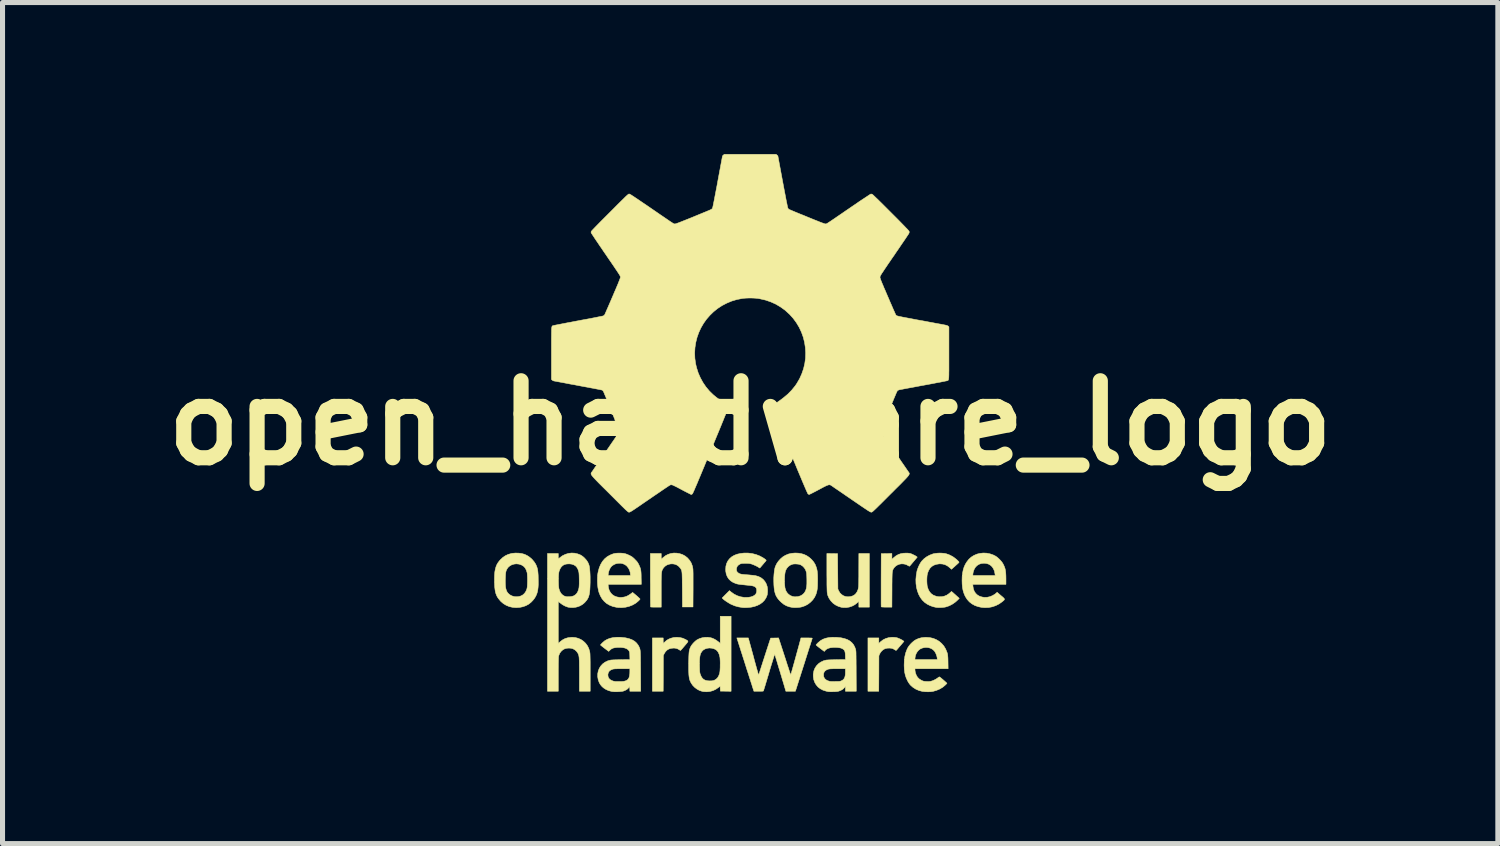
<source format=kicad_pcb>
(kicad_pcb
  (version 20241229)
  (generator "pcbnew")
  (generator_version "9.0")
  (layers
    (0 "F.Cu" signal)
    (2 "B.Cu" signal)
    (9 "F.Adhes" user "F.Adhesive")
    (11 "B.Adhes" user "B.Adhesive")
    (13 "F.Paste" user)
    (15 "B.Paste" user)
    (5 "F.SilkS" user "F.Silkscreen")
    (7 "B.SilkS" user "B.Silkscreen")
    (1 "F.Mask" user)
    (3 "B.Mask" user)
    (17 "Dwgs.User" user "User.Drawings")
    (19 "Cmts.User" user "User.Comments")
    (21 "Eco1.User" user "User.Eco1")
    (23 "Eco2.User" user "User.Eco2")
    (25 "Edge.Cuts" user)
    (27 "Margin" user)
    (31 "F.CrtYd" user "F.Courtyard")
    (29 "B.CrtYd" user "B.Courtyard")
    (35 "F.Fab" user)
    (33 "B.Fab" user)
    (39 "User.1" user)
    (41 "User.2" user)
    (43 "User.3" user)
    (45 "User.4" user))
  (footprint "open_hardware_logo"
    (layer "F.Cu")
    (at 11.8 5.322)
    (property "Reference" "open_hardware_logo" (at 0 0 0) (layer "F.SilkS") (effects (font (size 1.524 1.524) (thickness 0.3))))
    (attr through_hole)
    (fp_poly (pts (xy -1.391 4.248) (xy -1.333 4.262) (xy -1.281 4.286) (xy -1.273 4.29) (xy -1.256 4.3) (xy -1.243 4.308) (xy -1.235 4.316) (xy -1.232 4.323) (xy -1.235 4.333) (xy -1.244 4.347) (xy -1.258 4.365) (xy -1.279 4.39) (xy -1.298 4.412) (xy -1.321 4.439) (xy -1.341 4.463) (xy -1.358 4.482) (xy -1.371 4.496) (xy -1.377 4.503) (xy -1.378 4.503) (xy -1.385 4.502) (xy -1.397 4.495) (xy -1.399 4.493) (xy -1.432 4.474) (xy -1.465 4.462) (xy -1.502 4.457) (xy -1.518 4.457) (xy -1.569 4.462) (xy -1.612 4.476) (xy -1.649 4.499) (xy -1.679 4.531) (xy -1.7 4.565) (xy -1.719 4.603) (xy -1.72 4.957) (xy -1.722 5.311) (xy -1.936 5.311) (xy -1.936 4.256) (xy -1.722 4.256) (xy -1.722 4.364) (xy -1.688 4.334) (xy -1.654 4.304) (xy -1.619 4.283) (xy -1.581 4.266) (xy -1.57 4.262) (xy -1.511 4.247) (xy -1.45 4.243) (xy -1.391 4.248)) (stroke (width 0.01) (type solid)) (fill yes) (layer "F.SilkS"))
    (fp_poly (pts (xy 2.841 4.244) (xy 2.869 4.246) (xy 2.891 4.249) (xy 2.896 4.25) (xy 2.917 4.256) (xy 2.944 4.267) (xy 2.972 4.279) (xy 2.998 4.293) (xy 3.02 4.305) (xy 3.03 4.313) (xy 3.044 4.324) (xy 2.969 4.413) (xy 2.946 4.439) (xy 2.926 4.463) (xy 2.909 4.483) (xy 2.897 4.496) (xy 2.89 4.503) (xy 2.889 4.503) (xy 2.882 4.502) (xy 2.87 4.495) (xy 2.868 4.493) (xy 2.852 4.484) (xy 2.833 4.473) (xy 2.824 4.469) (xy 2.794 4.46) (xy 2.757 4.457) (xy 2.719 4.458) (xy 2.682 4.465) (xy 2.667 4.47) (xy 2.632 4.489) (xy 2.601 4.517) (xy 2.575 4.55) (xy 2.562 4.576) (xy 2.548 4.609) (xy 2.547 4.96) (xy 2.545 5.311) (xy 2.331 5.311) (xy 2.331 4.256) (xy 2.546 4.256) (xy 2.546 4.364) (xy 2.582 4.331) (xy 2.63 4.294) (xy 2.684 4.267) (xy 2.742 4.25) (xy 2.805 4.243) (xy 2.814 4.243) (xy 2.841 4.244)) (stroke (width 0.01) (type solid)) (fill yes) (layer "F.SilkS"))
    (fp_poly (pts (xy 1.624 2.586) (xy 1.73 2.588) (xy 1.733 2.938) (xy 1.736 3.288) (xy 1.753 3.325) (xy 1.778 3.366) (xy 1.811 3.398) (xy 1.848 3.422) (xy 1.891 3.437) (xy 1.937 3.442) (xy 1.985 3.437) (xy 2.024 3.426) (xy 2.062 3.406) (xy 2.093 3.377) (xy 2.118 3.339) (xy 2.136 3.294) (xy 2.145 3.249) (xy 2.146 3.236) (xy 2.147 3.212) (xy 2.148 3.18) (xy 2.149 3.14) (xy 2.149 3.094) (xy 2.15 3.042) (xy 2.15 2.986) (xy 2.15 2.928) (xy 2.15 2.897) (xy 2.151 2.585) (xy 2.359 2.585) (xy 2.359 3.646) (xy 2.151 3.646) (xy 2.151 3.59) (xy 2.15 3.566) (xy 2.15 3.547) (xy 2.149 3.536) (xy 2.148 3.533) (xy 2.143 3.537) (xy 2.133 3.547) (xy 2.118 3.56) (xy 2.114 3.564) (xy 2.071 3.598) (xy 2.02 3.625) (xy 1.965 3.644) (xy 1.907 3.654) (xy 1.849 3.655) (xy 1.804 3.649) (xy 1.745 3.631) (xy 1.69 3.604) (xy 1.64 3.568) (xy 1.598 3.524) (xy 1.563 3.474) (xy 1.551 3.449) (xy 1.545 3.436) (xy 1.54 3.423) (xy 1.535 3.41) (xy 1.531 3.397) (xy 1.528 3.381) (xy 1.525 3.363) (xy 1.523 3.341) (xy 1.522 3.315) (xy 1.521 3.284) (xy 1.52 3.246) (xy 1.519 3.201) (xy 1.519 3.148) (xy 1.519 3.086) (xy 1.518 3.014) (xy 1.518 2.962) (xy 1.518 2.585) (xy 1.624 2.586)) (stroke (width 0.01) (type solid)) (fill yes) (layer "F.SilkS"))
    (fp_poly (pts (xy 3.117 2.577) (xy 3.144 2.58) (xy 3.166 2.584) (xy 3.178 2.587) (xy 3.201 2.596) (xy 3.228 2.609) (xy 3.256 2.622) (xy 3.279 2.636) (xy 3.295 2.646) (xy 3.307 2.656) (xy 3.237 2.74) (xy 3.214 2.767) (xy 3.194 2.791) (xy 3.177 2.811) (xy 3.165 2.825) (xy 3.159 2.832) (xy 3.158 2.832) (xy 3.152 2.836) (xy 3.144 2.834) (xy 3.13 2.825) (xy 3.126 2.823) (xy 3.087 2.803) (xy 3.045 2.792) (xy 3.001 2.789) (xy 2.958 2.795) (xy 2.918 2.81) (xy 2.882 2.832) (xy 2.852 2.862) (xy 2.845 2.871) (xy 2.838 2.882) (xy 2.832 2.892) (xy 2.827 2.902) (xy 2.822 2.913) (xy 2.819 2.926) (xy 2.816 2.941) (xy 2.813 2.96) (xy 2.811 2.983) (xy 2.81 3.012) (xy 2.809 3.047) (xy 2.808 3.09) (xy 2.808 3.141) (xy 2.807 3.2) (xy 2.807 3.27) (xy 2.807 3.301) (xy 2.805 3.646) (xy 2.7 3.646) (xy 2.661 3.646) (xy 2.632 3.645) (xy 2.612 3.644) (xy 2.599 3.642) (xy 2.594 3.64) (xy 2.593 3.639) (xy 2.593 3.633) (xy 2.593 3.616) (xy 2.592 3.589) (xy 2.592 3.553) (xy 2.592 3.51) (xy 2.592 3.459) (xy 2.592 3.401) (xy 2.592 3.338) (xy 2.592 3.27) (xy 2.592 3.198) (xy 2.592 3.122) (xy 2.592 3.11) (xy 2.594 2.588) (xy 2.699 2.586) (xy 2.805 2.585) (xy 2.805 2.699) (xy 2.841 2.667) (xy 2.886 2.631) (xy 2.932 2.605) (xy 2.981 2.588) (xy 3.035 2.579) (xy 3.082 2.577) (xy 3.117 2.577)) (stroke (width 0.01) (type solid)) (fill yes) (layer "F.SilkS"))
    (fp_poly (pts (xy -1.456 2.577) (xy -1.398 2.587) (xy -1.342 2.605) (xy -1.29 2.633) (xy -1.243 2.67) (xy -1.237 2.676) (xy -1.196 2.724) (xy -1.165 2.776) (xy -1.144 2.834) (xy -1.135 2.879) (xy -1.133 2.893) (xy -1.132 2.916) (xy -1.131 2.947) (xy -1.13 2.987) (xy -1.13 3.036) (xy -1.13 3.095) (xy -1.13 3.164) (xy -1.13 3.244) (xy -1.13 3.282) (xy -1.132 3.643) (xy -1.341 3.643) (xy -1.343 3.296) (xy -1.344 3.223) (xy -1.345 3.16) (xy -1.345 3.106) (xy -1.346 3.061) (xy -1.347 3.024) (xy -1.348 2.993) (xy -1.35 2.968) (xy -1.352 2.948) (xy -1.355 2.932) (xy -1.358 2.919) (xy -1.362 2.908) (xy -1.367 2.899) (xy -1.373 2.889) (xy -1.379 2.879) (xy -1.384 2.873) (xy -1.413 2.84) (xy -1.447 2.815) (xy -1.486 2.798) (xy -1.528 2.79) (xy -1.57 2.79) (xy -1.611 2.798) (xy -1.651 2.813) (xy -1.686 2.837) (xy -1.716 2.868) (xy -1.735 2.898) (xy -1.74 2.91) (xy -1.745 2.921) (xy -1.748 2.933) (xy -1.752 2.948) (xy -1.754 2.965) (xy -1.756 2.986) (xy -1.758 3.012) (xy -1.759 3.043) (xy -1.76 3.081) (xy -1.761 3.127) (xy -1.761 3.181) (xy -1.761 3.245) (xy -1.761 3.319) (xy -1.761 3.646) (xy -1.865 3.646) (xy -1.898 3.646) (xy -1.927 3.646) (xy -1.95 3.645) (xy -1.966 3.644) (xy -1.972 3.643) (xy -1.972 3.636) (xy -1.973 3.62) (xy -1.973 3.594) (xy -1.974 3.558) (xy -1.974 3.515) (xy -1.975 3.464) (xy -1.975 3.407) (xy -1.975 3.344) (xy -1.975 3.276) (xy -1.975 3.204) (xy -1.976 3.129) (xy -1.976 3.112) (xy -1.976 2.585) (xy -1.761 2.585) (xy -1.761 2.699) (xy -1.724 2.665) (xy -1.678 2.629) (xy -1.626 2.602) (xy -1.571 2.584) (xy -1.514 2.576) (xy -1.456 2.577)) (stroke (width 0.01) (type solid)) (fill yes) (layer "F.SilkS"))
    (fp_poly (pts (xy 4.681 2.578) (xy 4.747 2.591) (xy 4.811 2.613) (xy 4.858 2.637) (xy 4.887 2.657) (xy 4.918 2.684) (xy 4.949 2.715) (xy 4.977 2.747) (xy 4.998 2.777) (xy 5 2.78) (xy 5.019 2.816) (xy 5.034 2.851) (xy 5.046 2.887) (xy 5.054 2.927) (xy 5.059 2.972) (xy 5.062 3.025) (xy 5.063 3.082) (xy 5.063 3.195) (xy 4.407 3.195) (xy 4.41 3.236) (xy 4.419 3.288) (xy 4.437 3.335) (xy 4.464 3.374) (xy 4.498 3.406) (xy 4.541 3.431) (xy 4.59 3.446) (xy 4.637 3.453) (xy 4.692 3.451) (xy 4.747 3.439) (xy 4.799 3.417) (xy 4.847 3.388) (xy 4.861 3.376) (xy 4.888 3.352) (xy 4.964 3.418) (xy 4.993 3.442) (xy 5.014 3.461) (xy 5.027 3.475) (xy 5.033 3.487) (xy 5.032 3.497) (xy 5.025 3.507) (xy 5.011 3.52) (xy 4.992 3.536) (xy 4.991 3.537) (xy 4.928 3.582) (xy 4.861 3.616) (xy 4.791 3.64) (xy 4.717 3.654) (xy 4.64 3.656) (xy 4.586 3.652) (xy 4.514 3.637) (xy 4.448 3.614) (xy 4.39 3.582) (xy 4.339 3.542) (xy 4.295 3.493) (xy 4.259 3.436) (xy 4.25 3.418) (xy 4.229 3.367) (xy 4.213 3.313) (xy 4.202 3.255) (xy 4.196 3.191) (xy 4.194 3.119) (xy 4.196 3.04) (xy 4.201 2.998) (xy 4.408 2.998) (xy 4.408 3.02) (xy 4.85 3.02) (xy 4.846 2.989) (xy 4.836 2.935) (xy 4.816 2.888) (xy 4.79 2.848) (xy 4.757 2.817) (xy 4.717 2.794) (xy 4.672 2.781) (xy 4.628 2.777) (xy 4.578 2.782) (xy 4.532 2.797) (xy 4.493 2.821) (xy 4.46 2.854) (xy 4.435 2.895) (xy 4.417 2.944) (xy 4.417 2.945) (xy 4.412 2.967) (xy 4.409 2.988) (xy 4.408 2.998) (xy 4.201 2.998) (xy 4.204 2.971) (xy 4.217 2.908) (xy 4.235 2.85) (xy 4.26 2.796) (xy 4.288 2.751) (xy 4.328 2.699) (xy 4.376 2.656) (xy 4.43 2.622) (xy 4.491 2.596) (xy 4.549 2.582) (xy 4.614 2.575) (xy 4.681 2.578)) (stroke (width 0.01) (type solid)) (fill yes) (layer "F.SilkS"))
    (fp_poly (pts (xy 3.802 2.578) (xy 3.844 2.582) (xy 3.879 2.589) (xy 3.948 2.614) (xy 4.011 2.647) (xy 4.068 2.689) (xy 4.101 2.718) (xy 4.119 2.736) (xy 4.129 2.747) (xy 4.134 2.755) (xy 4.133 2.761) (xy 4.131 2.763) (xy 4.125 2.77) (xy 4.111 2.783) (xy 4.093 2.8) (xy 4.07 2.82) (xy 4.054 2.835) (xy 3.985 2.897) (xy 3.95 2.865) (xy 3.905 2.83) (xy 3.858 2.806) (xy 3.809 2.793) (xy 3.755 2.789) (xy 3.739 2.79) (xy 3.684 2.799) (xy 3.635 2.816) (xy 3.594 2.841) (xy 3.56 2.875) (xy 3.533 2.918) (xy 3.512 2.971) (xy 3.507 2.991) (xy 3.502 3.018) (xy 3.499 3.053) (xy 3.497 3.094) (xy 3.497 3.135) (xy 3.499 3.176) (xy 3.502 3.212) (xy 3.506 3.24) (xy 3.507 3.241) (xy 3.525 3.296) (xy 3.55 3.341) (xy 3.581 3.378) (xy 3.62 3.406) (xy 3.631 3.412) (xy 3.684 3.432) (xy 3.737 3.441) (xy 3.791 3.44) (xy 3.843 3.429) (xy 3.893 3.408) (xy 3.938 3.377) (xy 3.95 3.366) (xy 3.966 3.352) (xy 3.978 3.341) (xy 3.984 3.336) (xy 3.985 3.336) (xy 3.99 3.34) (xy 4.002 3.349) (xy 4.018 3.363) (xy 4.033 3.377) (xy 4.056 3.397) (xy 4.08 3.419) (xy 4.1 3.437) (xy 4.109 3.445) (xy 4.139 3.472) (xy 4.106 3.506) (xy 4.055 3.551) (xy 3.999 3.589) (xy 3.939 3.62) (xy 3.878 3.641) (xy 3.871 3.643) (xy 3.837 3.649) (xy 3.797 3.653) (xy 3.754 3.655) (xy 3.714 3.654) (xy 3.686 3.652) (xy 3.623 3.638) (xy 3.561 3.616) (xy 3.502 3.586) (xy 3.452 3.551) (xy 3.406 3.506) (xy 3.367 3.453) (xy 3.335 3.393) (xy 3.31 3.326) (xy 3.292 3.255) (xy 3.282 3.179) (xy 3.28 3.099) (xy 3.287 3.018) (xy 3.301 2.935) (xy 3.302 2.929) (xy 3.315 2.889) (xy 3.333 2.844) (xy 3.354 2.8) (xy 3.378 2.76) (xy 3.398 2.733) (xy 3.441 2.689) (xy 3.493 2.65) (xy 3.551 2.618) (xy 3.613 2.594) (xy 3.627 2.59) (xy 3.665 2.583) (xy 3.708 2.578) (xy 3.755 2.576) (xy 3.802 2.578)) (stroke (width 0.01) (type solid)) (fill yes) (layer "F.SilkS"))
    (fp_poly (pts (xy -0.378 5.312) (xy -0.484 5.31) (xy -0.59 5.309) (xy -0.593 5.259) (xy -0.595 5.21) (xy -0.627 5.235) (xy -0.68 5.272) (xy -0.737 5.299) (xy -0.799 5.316) (xy -0.861 5.322) (xy -0.925 5.318) (xy -0.947 5.314) (xy -1.001 5.297) (xy -1.051 5.27) (xy -1.098 5.235) (xy -1.138 5.194) (xy -1.17 5.147) (xy -1.194 5.096) (xy -1.198 5.082) (xy -1.205 5.055) (xy -1.21 5.023) (xy -1.214 4.985) (xy -1.216 4.939) (xy -1.218 4.886) (xy -1.218 4.822) (xy -1.218 4.758) (xy -1.004 4.758) (xy -1.003 4.81) (xy -1.002 4.853) (xy -1.001 4.886) (xy -1 4.912) (xy -0.998 4.933) (xy -0.995 4.949) (xy -0.992 4.963) (xy -0.989 4.971) (xy -0.971 5.016) (xy -0.948 5.052) (xy -0.92 5.078) (xy -0.885 5.095) (xy -0.843 5.104) (xy -0.794 5.107) (xy -0.79 5.106) (xy -0.759 5.105) (xy -0.734 5.101) (xy -0.714 5.094) (xy -0.707 5.092) (xy -0.674 5.072) (xy -0.646 5.045) (xy -0.624 5.008) (xy -0.607 4.963) (xy -0.605 4.959) (xy -0.602 4.94) (xy -0.598 4.912) (xy -0.596 4.877) (xy -0.594 4.837) (xy -0.594 4.796) (xy -0.593 4.754) (xy -0.594 4.714) (xy -0.596 4.678) (xy -0.598 4.649) (xy -0.6 4.635) (xy -0.613 4.584) (xy -0.631 4.542) (xy -0.654 4.51) (xy -0.683 4.486) (xy -0.72 4.469) (xy -0.761 4.459) (xy -0.808 4.455) (xy -0.854 4.461) (xy -0.895 4.475) (xy -0.93 4.496) (xy -0.948 4.514) (xy -0.964 4.535) (xy -0.978 4.559) (xy -0.988 4.586) (xy -0.995 4.618) (xy -1 4.657) (xy -1.003 4.703) (xy -1.004 4.758) (xy -1.218 4.758) (xy -1.218 4.749) (xy -1.218 4.737) (xy -1.216 4.677) (xy -1.215 4.628) (xy -1.213 4.587) (xy -1.211 4.553) (xy -1.208 4.525) (xy -1.203 4.501) (xy -1.198 4.48) (xy -1.191 4.46) (xy -1.183 4.441) (xy -1.179 4.433) (xy -1.163 4.405) (xy -1.14 4.375) (xy -1.112 4.344) (xy -1.083 4.317) (xy -1.055 4.295) (xy -1.054 4.295) (xy -1.006 4.27) (xy -0.952 4.253) (xy -0.896 4.244) (xy -0.839 4.243) (xy -0.784 4.251) (xy -0.75 4.261) (xy -0.712 4.278) (xy -0.672 4.301) (xy -0.635 4.328) (xy -0.621 4.339) (xy -0.593 4.364) (xy -0.593 3.827) (xy -0.378 3.827) (xy -0.378 5.312)) (stroke (width 0.01) (type solid)) (fill yes) (layer "F.SilkS"))
    (fp_poly (pts (xy -2.588 2.577) (xy -2.543 2.578) (xy -2.506 2.582) (xy -2.472 2.589) (xy -2.437 2.601) (xy -2.399 2.618) (xy -2.388 2.623) (xy -2.362 2.637) (xy -2.341 2.649) (xy -2.321 2.665) (xy -2.299 2.684) (xy -2.283 2.701) (xy -2.259 2.725) (xy -2.241 2.745) (xy -2.227 2.765) (xy -2.214 2.787) (xy -2.205 2.805) (xy -2.192 2.833) (xy -2.182 2.857) (xy -2.174 2.879) (xy -2.168 2.902) (xy -2.164 2.927) (xy -2.161 2.956) (xy -2.159 2.991) (xy -2.158 3.035) (xy -2.158 3.061) (xy -2.155 3.195) (xy -2.811 3.195) (xy -2.811 3.214) (xy -2.807 3.25) (xy -2.798 3.29) (xy -2.784 3.327) (xy -2.758 3.368) (xy -2.725 3.402) (xy -2.685 3.427) (xy -2.639 3.444) (xy -2.588 3.453) (xy -2.546 3.453) (xy -2.497 3.447) (xy -2.454 3.435) (xy -2.413 3.415) (xy -2.371 3.388) (xy -2.363 3.382) (xy -2.327 3.355) (xy -2.254 3.416) (xy -2.23 3.437) (xy -2.209 3.456) (xy -2.193 3.471) (xy -2.183 3.482) (xy -2.18 3.485) (xy -2.183 3.493) (xy -2.194 3.505) (xy -2.209 3.521) (xy -2.229 3.538) (xy -2.25 3.556) (xy -2.271 3.571) (xy -2.277 3.575) (xy -2.335 3.607) (xy -2.4 3.632) (xy -2.469 3.648) (xy -2.541 3.656) (xy -2.612 3.654) (xy -2.648 3.649) (xy -2.719 3.633) (xy -2.784 3.607) (xy -2.841 3.574) (xy -2.89 3.531) (xy -2.932 3.481) (xy -2.966 3.422) (xy -2.993 3.355) (xy -3.002 3.322) (xy -3.014 3.263) (xy -3.021 3.197) (xy -3.024 3.128) (xy -3.023 3.059) (xy -3.019 3.006) (xy -2.811 3.006) (xy -2.811 3.02) (xy -2.371 3.02) (xy -2.371 2.998) (xy -2.376 2.955) (xy -2.39 2.911) (xy -2.413 2.869) (xy -2.442 2.834) (xy -2.448 2.827) (xy -2.484 2.802) (xy -2.525 2.785) (xy -2.569 2.777) (xy -2.614 2.778) (xy -2.658 2.787) (xy -2.699 2.805) (xy -2.736 2.83) (xy -2.751 2.845) (xy -2.772 2.875) (xy -2.79 2.912) (xy -2.803 2.952) (xy -2.81 2.992) (xy -2.811 3.006) (xy -3.019 3.006) (xy -3.018 2.994) (xy -3.009 2.944) (xy -2.988 2.868) (xy -2.96 2.801) (xy -2.925 2.742) (xy -2.882 2.691) (xy -2.832 2.649) (xy -2.78 2.619) (xy -2.742 2.602) (xy -2.708 2.59) (xy -2.674 2.582) (xy -2.637 2.578) (xy -2.592 2.577) (xy -2.588 2.577)) (stroke (width 0.01) (type solid)) (fill yes) (layer "F.SilkS"))
    (fp_poly (pts (xy 0.955 2.578) (xy 1.021 2.59) (xy 1.065 2.603) (xy 1.119 2.628) (xy 1.169 2.662) (xy 1.215 2.703) (xy 1.255 2.75) (xy 1.286 2.8) (xy 1.306 2.85) (xy 1.315 2.879) (xy 1.322 2.907) (xy 1.327 2.935) (xy 1.33 2.965) (xy 1.333 2.999) (xy 1.334 3.04) (xy 1.335 3.089) (xy 1.335 3.116) (xy 1.334 3.175) (xy 1.333 3.225) (xy 1.33 3.267) (xy 1.325 3.303) (xy 1.319 3.335) (xy 1.311 3.365) (xy 1.301 3.395) (xy 1.301 3.395) (xy 1.275 3.45) (xy 1.239 3.502) (xy 1.194 3.548) (xy 1.144 3.587) (xy 1.088 3.618) (xy 1.029 3.639) (xy 1.023 3.641) (xy 0.989 3.648) (xy 0.948 3.653) (xy 0.906 3.655) (xy 0.866 3.655) (xy 0.835 3.652) (xy 0.774 3.64) (xy 0.719 3.62) (xy 0.669 3.593) (xy 0.621 3.555) (xy 0.592 3.528) (xy 0.559 3.492) (xy 0.532 3.455) (xy 0.51 3.416) (xy 0.494 3.373) (xy 0.482 3.325) (xy 0.474 3.27) (xy 0.469 3.206) (xy 0.469 3.203) (xy 0.467 3.135) (xy 0.679 3.135) (xy 0.681 3.184) (xy 0.685 3.229) (xy 0.689 3.265) (xy 0.703 3.313) (xy 0.725 3.354) (xy 0.755 3.388) (xy 0.791 3.415) (xy 0.833 3.433) (xy 0.879 3.442) (xy 0.928 3.44) (xy 0.949 3.437) (xy 0.997 3.422) (xy 1.037 3.398) (xy 1.069 3.367) (xy 1.094 3.327) (xy 1.111 3.278) (xy 1.118 3.237) (xy 1.12 3.213) (xy 1.122 3.182) (xy 1.122 3.145) (xy 1.122 3.106) (xy 1.121 3.066) (xy 1.12 3.029) (xy 1.118 2.996) (xy 1.115 2.97) (xy 1.112 2.953) (xy 1.096 2.908) (xy 1.072 2.869) (xy 1.041 2.836) (xy 1.005 2.812) (xy 0.99 2.805) (xy 0.962 2.797) (xy 0.928 2.793) (xy 0.891 2.791) (xy 0.857 2.793) (xy 0.833 2.798) (xy 0.789 2.817) (xy 0.752 2.845) (xy 0.722 2.881) (xy 0.7 2.924) (xy 0.699 2.928) (xy 0.692 2.956) (xy 0.686 2.994) (xy 0.682 3.037) (xy 0.68 3.085) (xy 0.679 3.135) (xy 0.467 3.135) (xy 0.467 3.132) (xy 0.467 3.065) (xy 0.471 3.001) (xy 0.477 2.942) (xy 0.485 2.891) (xy 0.496 2.849) (xy 0.499 2.841) (xy 0.523 2.79) (xy 0.556 2.74) (xy 0.597 2.694) (xy 0.644 2.653) (xy 0.696 2.621) (xy 0.701 2.619) (xy 0.758 2.595) (xy 0.821 2.581) (xy 0.888 2.575) (xy 0.955 2.578)) (stroke (width 0.01) (type solid)) (fill yes) (layer "F.SilkS"))
    (fp_poly (pts (xy -4.586 2.577) (xy -4.523 2.585) (xy -4.466 2.601) (xy -4.463 2.602) (xy -4.412 2.627) (xy -4.363 2.66) (xy -4.317 2.701) (xy -4.278 2.747) (xy -4.246 2.796) (xy -4.228 2.836) (xy -4.219 2.862) (xy -4.212 2.887) (xy -4.207 2.912) (xy -4.203 2.941) (xy -4.2 2.974) (xy -4.197 3.014) (xy -4.196 3.063) (xy -4.196 3.074) (xy -4.195 3.142) (xy -4.195 3.201) (xy -4.198 3.252) (xy -4.203 3.296) (xy -4.21 3.335) (xy -4.22 3.371) (xy -4.233 3.405) (xy -4.245 3.43) (xy -4.269 3.471) (xy -4.302 3.513) (xy -4.34 3.552) (xy -4.381 3.584) (xy -4.389 3.59) (xy -4.442 3.618) (xy -4.502 3.639) (xy -4.566 3.652) (xy -4.633 3.656) (xy -4.699 3.651) (xy -4.699 3.651) (xy -4.766 3.636) (xy -4.828 3.611) (xy -4.886 3.576) (xy -4.937 3.532) (xy -4.981 3.48) (xy -4.981 3.48) (xy -5.003 3.448) (xy -5.02 3.415) (xy -5.033 3.381) (xy -5.044 3.343) (xy -5.051 3.3) (xy -5.057 3.25) (xy -5.06 3.191) (xy -5.061 3.155) (xy -5.061 3.15) (xy -4.848 3.15) (xy -4.846 3.202) (xy -4.843 3.246) (xy -4.836 3.282) (xy -4.827 3.313) (xy -4.815 3.34) (xy -4.799 3.363) (xy -4.79 3.374) (xy -4.756 3.403) (xy -4.716 3.424) (xy -4.672 3.437) (xy -4.625 3.441) (xy -4.577 3.436) (xy -4.542 3.426) (xy -4.503 3.406) (xy -4.469 3.376) (xy -4.443 3.339) (xy -4.423 3.295) (xy -4.417 3.27) (xy -4.413 3.247) (xy -4.411 3.216) (xy -4.409 3.178) (xy -4.408 3.137) (xy -4.408 3.094) (xy -4.409 3.053) (xy -4.411 3.016) (xy -4.413 2.985) (xy -4.416 2.963) (xy -4.432 2.913) (xy -4.454 2.871) (xy -4.484 2.838) (xy -4.522 2.814) (xy -4.568 2.797) (xy -4.582 2.794) (xy -4.63 2.789) (xy -4.677 2.795) (xy -4.721 2.809) (xy -4.76 2.831) (xy -4.793 2.86) (xy -4.812 2.888) (xy -4.822 2.906) (xy -4.83 2.925) (xy -4.836 2.946) (xy -4.84 2.97) (xy -4.843 3.001) (xy -4.845 3.039) (xy -4.847 3.086) (xy -4.847 3.088) (xy -4.848 3.15) (xy -5.061 3.15) (xy -5.062 3.077) (xy -5.06 3.008) (xy -5.055 2.948) (xy -5.045 2.895) (xy -5.032 2.848) (xy -5.015 2.806) (xy -4.993 2.768) (xy -4.966 2.732) (xy -4.946 2.709) (xy -4.898 2.664) (xy -4.847 2.629) (xy -4.792 2.603) (xy -4.732 2.586) (xy -4.716 2.582) (xy -4.651 2.576) (xy -4.586 2.577)) (stroke (width 0.01) (type solid)) (fill yes) (layer "F.SilkS"))
    (fp_poly (pts (xy 3.554 4.249) (xy 3.621 4.264) (xy 3.683 4.289) (xy 3.74 4.323) (xy 3.79 4.366) (xy 3.834 4.417) (xy 3.869 4.475) (xy 3.896 4.541) (xy 3.901 4.555) (xy 3.905 4.57) (xy 3.908 4.585) (xy 3.91 4.603) (xy 3.912 4.624) (xy 3.914 4.65) (xy 3.915 4.684) (xy 3.916 4.728) (xy 3.916 4.731) (xy 3.918 4.866) (xy 3.262 4.866) (xy 3.262 4.89) (xy 3.264 4.909) (xy 3.268 4.933) (xy 3.271 4.947) (xy 3.289 4.996) (xy 3.314 5.036) (xy 3.349 5.07) (xy 3.392 5.096) (xy 3.396 5.098) (xy 3.417 5.107) (xy 3.436 5.113) (xy 3.458 5.116) (xy 3.486 5.118) (xy 3.488 5.118) (xy 3.517 5.119) (xy 3.546 5.118) (xy 3.569 5.115) (xy 3.574 5.114) (xy 3.609 5.104) (xy 3.647 5.087) (xy 3.684 5.067) (xy 3.713 5.047) (xy 3.732 5.033) (xy 3.745 5.027) (xy 3.75 5.028) (xy 3.758 5.034) (xy 3.772 5.045) (xy 3.791 5.061) (xy 3.812 5.078) (xy 3.833 5.097) (xy 3.854 5.115) (xy 3.872 5.132) (xy 3.886 5.144) (xy 3.894 5.152) (xy 3.895 5.153) (xy 3.891 5.159) (xy 3.88 5.171) (xy 3.865 5.186) (xy 3.847 5.202) (xy 3.829 5.217) (xy 3.812 5.231) (xy 3.804 5.236) (xy 3.749 5.268) (xy 3.688 5.294) (xy 3.625 5.312) (xy 3.601 5.317) (xy 3.564 5.321) (xy 3.521 5.322) (xy 3.476 5.321) (xy 3.433 5.317) (xy 3.408 5.314) (xy 3.342 5.297) (xy 3.281 5.271) (xy 3.225 5.236) (xy 3.177 5.194) (xy 3.167 5.183) (xy 3.149 5.16) (xy 3.129 5.13) (xy 3.111 5.097) (xy 3.11 5.094) (xy 3.087 5.043) (xy 3.07 4.991) (xy 3.058 4.936) (xy 3.051 4.876) (xy 3.048 4.808) (xy 3.048 4.785) (xy 3.051 4.701) (xy 3.056 4.663) (xy 3.262 4.663) (xy 3.262 4.685) (xy 3.703 4.685) (xy 3.703 4.669) (xy 3.699 4.634) (xy 3.688 4.596) (xy 3.672 4.557) (xy 3.652 4.523) (xy 3.646 4.515) (xy 3.616 4.486) (xy 3.58 4.464) (xy 3.539 4.45) (xy 3.495 4.444) (xy 3.451 4.446) (xy 3.408 4.456) (xy 3.368 4.473) (xy 3.337 4.496) (xy 3.309 4.527) (xy 3.286 4.566) (xy 3.27 4.609) (xy 3.263 4.652) (xy 3.262 4.663) (xy 3.056 4.663) (xy 3.061 4.625) (xy 3.077 4.556) (xy 3.101 4.491) (xy 3.117 4.456) (xy 3.141 4.418) (xy 3.172 4.38) (xy 3.208 4.344) (xy 3.245 4.313) (xy 3.282 4.29) (xy 3.285 4.288) (xy 3.337 4.266) (xy 3.39 4.252) (xy 3.447 4.245) (xy 3.483 4.244) (xy 3.554 4.249)) (stroke (width 0.01) (type solid)) (fill yes) (layer "F.SilkS"))
    (fp_poly (pts (xy -2.568 4.243) (xy -2.543 4.245) (xy -2.466 4.254) (xy -2.398 4.27) (xy -2.339 4.292) (xy -2.289 4.321) (xy -2.249 4.357) (xy -2.217 4.399) (xy -2.205 4.422) (xy -2.198 4.435) (xy -2.193 4.447) (xy -2.188 4.458) (xy -2.184 4.471) (xy -2.181 4.484) (xy -2.178 4.5) (xy -2.176 4.519) (xy -2.174 4.542) (xy -2.173 4.57) (xy -2.172 4.604) (xy -2.171 4.645) (xy -2.171 4.693) (xy -2.17 4.749) (xy -2.17 4.815) (xy -2.169 4.891) (xy -2.169 4.915) (xy -2.167 5.311) (xy -2.382 5.311) (xy -2.383 5.262) (xy -2.385 5.214) (xy -2.401 5.237) (xy -2.427 5.265) (xy -2.462 5.288) (xy -2.504 5.306) (xy -2.506 5.307) (xy -2.532 5.313) (xy -2.566 5.317) (xy -2.606 5.32) (xy -2.647 5.321) (xy -2.686 5.321) (xy -2.721 5.318) (xy -2.743 5.315) (xy -2.805 5.298) (xy -2.858 5.274) (xy -2.904 5.244) (xy -2.935 5.216) (xy -2.966 5.179) (xy -2.988 5.14) (xy -3.005 5.095) (xy -3.009 5.082) (xy -3.019 5.022) (xy -3.018 4.989) (xy -2.817 4.989) (xy -2.812 5.025) (xy -2.798 5.055) (xy -2.774 5.08) (xy -2.74 5.099) (xy -2.722 5.106) (xy -2.705 5.112) (xy -2.688 5.115) (xy -2.669 5.118) (xy -2.645 5.119) (xy -2.613 5.119) (xy -2.604 5.119) (xy -2.572 5.119) (xy -2.541 5.118) (xy -2.515 5.116) (xy -2.496 5.114) (xy -2.494 5.113) (xy -2.46 5.103) (xy -2.434 5.089) (xy -2.413 5.068) (xy -2.398 5.041) (xy -2.389 5.005) (xy -2.383 4.961) (xy -2.382 4.915) (xy -2.382 4.866) (xy -2.536 4.866) (xy -2.585 4.866) (xy -2.624 4.866) (xy -2.655 4.867) (xy -2.679 4.868) (xy -2.697 4.87) (xy -2.711 4.872) (xy -2.721 4.874) (xy -2.759 4.89) (xy -2.788 4.911) (xy -2.806 4.938) (xy -2.816 4.972) (xy -2.817 4.989) (xy -3.018 4.989) (xy -3.018 4.964) (xy -3.007 4.909) (xy -2.987 4.858) (xy -2.958 4.812) (xy -2.921 4.771) (xy -2.875 4.737) (xy -2.823 4.711) (xy -2.782 4.699) (xy -2.769 4.696) (xy -2.752 4.693) (xy -2.731 4.692) (xy -2.704 4.69) (xy -2.669 4.689) (xy -2.626 4.688) (xy -2.573 4.687) (xy -2.563 4.686) (xy -2.381 4.684) (xy -2.383 4.609) (xy -2.384 4.578) (xy -2.385 4.556) (xy -2.387 4.54) (xy -2.391 4.528) (xy -2.396 4.517) (xy -2.4 4.509) (xy -2.421 4.485) (xy -2.452 4.466) (xy -2.491 4.453) (xy -2.54 4.445) (xy -2.598 4.443) (xy -2.625 4.444) (xy -2.668 4.448) (xy -2.702 4.454) (xy -2.73 4.464) (xy -2.754 4.478) (xy -2.773 4.495) (xy -2.801 4.522) (xy -2.882 4.461) (xy -2.908 4.441) (xy -2.931 4.423) (xy -2.948 4.409) (xy -2.96 4.399) (xy -2.963 4.394) (xy -2.959 4.388) (xy -2.949 4.377) (xy -2.934 4.361) (xy -2.922 4.349) (xy -2.879 4.312) (xy -2.83 4.284) (xy -2.775 4.263) (xy -2.714 4.249) (xy -2.645 4.243) (xy -2.568 4.243)) (stroke (width 0.01) (type solid)) (fill yes) (layer "F.SilkS"))
    (fp_poly (pts (xy -0.041 2.576) (xy 0.04 2.586) (xy 0.118 2.606) (xy 0.192 2.635) (xy 0.26 2.673) (xy 0.281 2.687) (xy 0.3 2.702) (xy 0.311 2.711) (xy 0.316 2.718) (xy 0.316 2.724) (xy 0.314 2.726) (xy 0.309 2.733) (xy 0.297 2.748) (xy 0.28 2.767) (xy 0.261 2.79) (xy 0.249 2.804) (xy 0.19 2.873) (xy 0.173 2.862) (xy 0.144 2.844) (xy 0.109 2.826) (xy 0.072 2.81) (xy 0.037 2.796) (xy 0.028 2.793) (xy 0.008 2.788) (xy -0.01 2.784) (xy -0.03 2.781) (xy -0.056 2.78) (xy -0.089 2.78) (xy -0.093 2.78) (xy -0.125 2.78) (xy -0.149 2.781) (xy -0.166 2.782) (xy -0.179 2.785) (xy -0.191 2.789) (xy -0.204 2.795) (xy -0.235 2.815) (xy -0.257 2.84) (xy -0.269 2.871) (xy -0.27 2.875) (xy -0.272 2.909) (xy -0.265 2.938) (xy -0.247 2.961) (xy -0.219 2.98) (xy -0.204 2.986) (xy -0.189 2.991) (xy -0.17 2.995) (xy -0.144 2.998) (xy -0.111 3.002) (xy -0.069 3.005) (xy -0.057 3.006) (xy -0.018 3.009) (xy 0.02 3.013) (xy 0.055 3.016) (xy 0.083 3.02) (xy 0.104 3.023) (xy 0.104 3.023) (xy 0.162 3.039) (xy 0.213 3.064) (xy 0.256 3.097) (xy 0.291 3.138) (xy 0.319 3.187) (xy 0.336 3.237) (xy 0.341 3.267) (xy 0.344 3.303) (xy 0.344 3.34) (xy 0.341 3.376) (xy 0.337 3.405) (xy 0.335 3.41) (xy 0.314 3.461) (xy 0.284 3.508) (xy 0.244 3.55) (xy 0.196 3.585) (xy 0.141 3.613) (xy 0.08 3.634) (xy 0.079 3.634) (xy 0.025 3.646) (xy -0.032 3.653) (xy -0.088 3.656) (xy -0.138 3.655) (xy -0.15 3.654) (xy -0.232 3.641) (xy -0.307 3.62) (xy -0.377 3.59) (xy -0.384 3.587) (xy -0.411 3.572) (xy -0.44 3.554) (xy -0.471 3.534) (xy -0.499 3.515) (xy -0.523 3.496) (xy -0.54 3.481) (xy -0.542 3.479) (xy -0.555 3.465) (xy -0.483 3.392) (xy -0.41 3.319) (xy -0.38 3.345) (xy -0.322 3.387) (xy -0.26 3.419) (xy -0.193 3.441) (xy -0.122 3.453) (xy -0.077 3.454) (xy -0.028 3.451) (xy 0.017 3.443) (xy 0.056 3.429) (xy 0.088 3.41) (xy 0.11 3.388) (xy 0.112 3.385) (xy 0.123 3.361) (xy 0.129 3.332) (xy 0.129 3.303) (xy 0.123 3.278) (xy 0.119 3.269) (xy 0.111 3.258) (xy 0.101 3.248) (xy 0.09 3.24) (xy 0.074 3.233) (xy 0.054 3.227) (xy 0.029 3.222) (xy -0.005 3.217) (xy -0.046 3.213) (xy -0.098 3.208) (xy -0.112 3.206) (xy -0.157 3.202) (xy -0.193 3.198) (xy -0.221 3.194) (xy -0.243 3.19) (xy -0.263 3.186) (xy -0.281 3.18) (xy -0.285 3.179) (xy -0.341 3.155) (xy -0.388 3.124) (xy -0.426 3.086) (xy -0.454 3.042) (xy -0.474 2.991) (xy -0.484 2.934) (xy -0.485 2.898) (xy -0.481 2.837) (xy -0.466 2.781) (xy -0.442 2.732) (xy -0.409 2.689) (xy -0.368 2.652) (xy -0.318 2.622) (xy -0.26 2.599) (xy -0.194 2.584) (xy -0.124 2.576) (xy -0.041 2.576)) (stroke (width 0.01) (type solid)) (fill yes) (layer "F.SilkS"))
    (fp_poly (pts (xy 0.68 4.618) (xy 0.7 4.68) (xy 0.719 4.738) (xy 0.736 4.793) (xy 0.753 4.842) (xy 0.767 4.886) (xy 0.779 4.922) (xy 0.789 4.952) (xy 0.796 4.972) (xy 0.8 4.984) (xy 0.801 4.986) (xy 0.803 4.981) (xy 0.808 4.967) (xy 0.816 4.943) (xy 0.826 4.908) (xy 0.839 4.862) (xy 0.854 4.807) (xy 0.873 4.74) (xy 0.894 4.664) (xy 0.918 4.576) (xy 0.945 4.478) (xy 0.975 4.369) (xy 1 4.274) (xy 1.005 4.256) (xy 1.118 4.256) (xy 1.159 4.256) (xy 1.188 4.257) (xy 1.209 4.257) (xy 1.222 4.259) (xy 1.228 4.261) (xy 1.229 4.263) (xy 1.227 4.269) (xy 1.222 4.286) (xy 1.214 4.311) (xy 1.203 4.345) (xy 1.19 4.387) (xy 1.174 4.436) (xy 1.156 4.491) (xy 1.137 4.552) (xy 1.116 4.617) (xy 1.094 4.687) (xy 1.071 4.76) (xy 1.061 4.791) (xy 0.895 5.311) (xy 0.706 5.311) (xy 0.701 5.293) (xy 0.696 5.277) (xy 0.689 5.252) (xy 0.679 5.219) (xy 0.668 5.181) (xy 0.655 5.137) (xy 0.64 5.089) (xy 0.625 5.037) (xy 0.609 4.984) (xy 0.593 4.93) (xy 0.576 4.876) (xy 0.56 4.823) (xy 0.545 4.773) (xy 0.531 4.726) (xy 0.518 4.684) (xy 0.507 4.647) (xy 0.498 4.617) (xy 0.491 4.595) (xy 0.487 4.582) (xy 0.486 4.579) (xy 0.484 4.583) (xy 0.479 4.597) (xy 0.471 4.62) (xy 0.461 4.652) (xy 0.449 4.69) (xy 0.435 4.736) (xy 0.419 4.786) (xy 0.402 4.842) (xy 0.384 4.901) (xy 0.376 4.929) (xy 0.358 4.991) (xy 0.34 5.049) (xy 0.324 5.104) (xy 0.309 5.153) (xy 0.296 5.197) (xy 0.284 5.235) (xy 0.275 5.264) (xy 0.269 5.285) (xy 0.265 5.297) (xy 0.265 5.299) (xy 0.263 5.303) (xy 0.259 5.307) (xy 0.253 5.309) (xy 0.241 5.31) (xy 0.224 5.311) (xy 0.198 5.311) (xy 0.167 5.311) (xy 0.074 5.311) (xy 0.054 5.251) (xy 0.049 5.236) (xy 0.041 5.211) (xy 0.031 5.177) (xy 0.017 5.135) (xy 0.002 5.087) (xy -0.016 5.033) (xy -0.034 4.974) (xy -0.055 4.911) (xy -0.076 4.845) (xy -0.097 4.777) (xy -0.099 4.772) (xy -0.12 4.705) (xy -0.141 4.64) (xy -0.161 4.577) (xy -0.18 4.519) (xy -0.197 4.465) (xy -0.212 4.418) (xy -0.225 4.377) (xy -0.235 4.345) (xy -0.243 4.321) (xy -0.248 4.306) (xy -0.248 4.305) (xy -0.264 4.256) (xy -0.151 4.256) (xy -0.037 4.256) (xy 0.062 4.617) (xy 0.078 4.679) (xy 0.094 4.737) (xy 0.109 4.792) (xy 0.123 4.842) (xy 0.135 4.885) (xy 0.146 4.922) (xy 0.154 4.951) (xy 0.16 4.972) (xy 0.163 4.983) (xy 0.164 4.984) (xy 0.167 4.982) (xy 0.173 4.97) (xy 0.181 4.95) (xy 0.19 4.923) (xy 0.194 4.91) (xy 0.201 4.889) (xy 0.211 4.858) (xy 0.223 4.819) (xy 0.238 4.774) (xy 0.254 4.723) (xy 0.272 4.669) (xy 0.29 4.612) (xy 0.309 4.555) (xy 0.312 4.544) (xy 0.405 4.259) (xy 0.562 4.256) (xy 0.68 4.618)) (stroke (width 0.01) (type solid)) (fill yes) (layer "F.SilkS"))
    (fp_poly (pts (xy 1.704 4.244) (xy 1.722 4.245) (xy 1.798 4.253) (xy 1.865 4.268) (xy 1.923 4.288) (xy 1.972 4.316) (xy 2.012 4.349) (xy 2.046 4.39) (xy 2.071 4.438) (xy 2.086 4.479) (xy 2.088 4.486) (xy 2.09 4.495) (xy 2.091 4.505) (xy 2.093 4.519) (xy 2.094 4.536) (xy 2.095 4.557) (xy 2.095 4.584) (xy 2.096 4.617) (xy 2.096 4.657) (xy 2.097 4.705) (xy 2.097 4.762) (xy 2.098 4.828) (xy 2.098 4.904) (xy 2.098 4.912) (xy 2.1 5.311) (xy 1.885 5.311) (xy 1.885 5.213) (xy 1.868 5.237) (xy 1.841 5.265) (xy 1.805 5.288) (xy 1.762 5.306) (xy 1.761 5.307) (xy 1.742 5.312) (xy 1.72 5.316) (xy 1.693 5.318) (xy 1.659 5.32) (xy 1.643 5.32) (xy 1.612 5.321) (xy 1.586 5.321) (xy 1.565 5.32) (xy 1.552 5.32) (xy 1.549 5.319) (xy 1.538 5.317) (xy 1.52 5.313) (xy 1.499 5.308) (xy 1.499 5.308) (xy 1.44 5.289) (xy 1.388 5.262) (xy 1.343 5.227) (xy 1.306 5.184) (xy 1.278 5.136) (xy 1.258 5.081) (xy 1.249 5.023) (xy 1.25 4.989) (xy 1.451 4.989) (xy 1.456 5.025) (xy 1.471 5.056) (xy 1.495 5.081) (xy 1.53 5.101) (xy 1.545 5.106) (xy 1.56 5.111) (xy 1.573 5.115) (xy 1.588 5.117) (xy 1.605 5.118) (xy 1.628 5.119) (xy 1.659 5.119) (xy 1.682 5.118) (xy 1.718 5.118) (xy 1.744 5.117) (xy 1.764 5.116) (xy 1.779 5.114) (xy 1.79 5.111) (xy 1.801 5.106) (xy 1.814 5.1) (xy 1.815 5.1) (xy 1.838 5.085) (xy 1.856 5.066) (xy 1.87 5.041) (xy 1.879 5.009) (xy 1.884 4.97) (xy 1.885 4.92) (xy 1.885 4.917) (xy 1.885 4.866) (xy 1.731 4.866) (xy 1.682 4.866) (xy 1.643 4.866) (xy 1.612 4.867) (xy 1.588 4.868) (xy 1.57 4.87) (xy 1.556 4.872) (xy 1.546 4.874) (xy 1.508 4.89) (xy 1.48 4.911) (xy 1.461 4.938) (xy 1.452 4.971) (xy 1.451 4.989) (xy 1.25 4.989) (xy 1.25 4.963) (xy 1.261 4.906) (xy 1.282 4.854) (xy 1.312 4.808) (xy 1.35 4.768) (xy 1.396 4.735) (xy 1.45 4.709) (xy 1.485 4.699) (xy 1.498 4.696) (xy 1.515 4.693) (xy 1.536 4.692) (xy 1.563 4.69) (xy 1.598 4.689) (xy 1.641 4.688) (xy 1.694 4.687) (xy 1.704 4.686) (xy 1.886 4.684) (xy 1.884 4.609) (xy 1.882 4.569) (xy 1.878 4.539) (xy 1.872 4.516) (xy 1.862 4.498) (xy 1.848 4.484) (xy 1.833 4.474) (xy 1.812 4.463) (xy 1.79 4.455) (xy 1.764 4.45) (xy 1.731 4.446) (xy 1.705 4.444) (xy 1.642 4.444) (xy 1.588 4.45) (xy 1.544 4.462) (xy 1.508 4.481) (xy 1.485 4.502) (xy 1.468 4.523) (xy 1.386 4.462) (xy 1.36 4.442) (xy 1.337 4.424) (xy 1.319 4.409) (xy 1.308 4.399) (xy 1.304 4.394) (xy 1.308 4.388) (xy 1.318 4.377) (xy 1.333 4.361) (xy 1.345 4.349) (xy 1.389 4.312) (xy 1.438 4.283) (xy 1.494 4.262) (xy 1.556 4.249) (xy 1.626 4.243) (xy 1.704 4.244)) (stroke (width 0.01) (type solid)) (fill yes) (layer "F.SilkS"))
    (fp_poly (pts (xy -3.476 2.578) (xy -3.415 2.592) (xy -3.365 2.611) (xy -3.34 2.625) (xy -3.317 2.641) (xy -3.293 2.661) (xy -3.276 2.678) (xy -3.241 2.717) (xy -3.215 2.756) (xy -3.196 2.798) (xy -3.186 2.831) (xy -3.181 2.858) (xy -3.177 2.894) (xy -3.173 2.939) (xy -3.17 2.989) (xy -3.168 3.044) (xy -3.168 3.102) (xy -3.168 3.16) (xy -3.169 3.186) (xy -3.171 3.251) (xy -3.174 3.306) (xy -3.179 3.352) (xy -3.185 3.391) (xy -3.194 3.425) (xy -3.204 3.454) (xy -3.217 3.48) (xy -3.233 3.505) (xy -3.236 3.509) (xy -3.276 3.556) (xy -3.32 3.593) (xy -3.371 3.622) (xy -3.413 3.638) (xy -3.453 3.648) (xy -3.498 3.654) (xy -3.544 3.655) (xy -3.588 3.65) (xy -3.615 3.644) (xy -3.665 3.625) (xy -3.716 3.597) (xy -3.761 3.564) (xy -3.799 3.533) (xy -3.799 4.364) (xy -3.764 4.333) (xy -3.716 4.296) (xy -3.663 4.268) (xy -3.604 4.251) (xy -3.54 4.244) (xy -3.525 4.243) (xy -3.462 4.248) (xy -3.403 4.264) (xy -3.349 4.288) (xy -3.3 4.322) (xy -3.257 4.363) (xy -3.222 4.411) (xy -3.195 4.465) (xy -3.177 4.525) (xy -3.173 4.551) (xy -3.171 4.567) (xy -3.17 4.594) (xy -3.169 4.631) (xy -3.168 4.679) (xy -3.167 4.735) (xy -3.167 4.8) (xy -3.167 4.874) (xy -3.167 4.953) (xy -3.167 5.311) (xy -3.381 5.311) (xy -3.381 4.985) (xy -3.381 4.911) (xy -3.381 4.847) (xy -3.382 4.792) (xy -3.382 4.746) (xy -3.383 4.708) (xy -3.385 4.676) (xy -3.386 4.65) (xy -3.389 4.628) (xy -3.392 4.61) (xy -3.395 4.595) (xy -3.4 4.582) (xy -3.405 4.571) (xy -3.411 4.559) (xy -3.413 4.554) (xy -3.438 4.52) (xy -3.471 4.491) (xy -3.509 4.47) (xy -3.51 4.47) (xy -3.547 4.46) (xy -3.588 4.457) (xy -3.63 4.46) (xy -3.667 4.469) (xy -3.67 4.47) (xy -3.709 4.491) (xy -3.742 4.521) (xy -3.769 4.557) (xy -3.787 4.6) (xy -3.793 4.623) (xy -3.794 4.635) (xy -3.795 4.657) (xy -3.796 4.688) (xy -3.797 4.728) (xy -3.798 4.775) (xy -3.798 4.829) (xy -3.799 4.888) (xy -3.799 4.953) (xy -3.799 4.982) (xy -3.799 5.311) (xy -4.013 5.311) (xy -4.013 3.13) (xy -3.796 3.13) (xy -3.795 3.173) (xy -3.794 3.213) (xy -3.791 3.247) (xy -3.787 3.274) (xy -3.786 3.281) (xy -3.769 3.331) (xy -3.747 3.371) (xy -3.718 3.402) (xy -3.684 3.425) (xy -3.644 3.438) (xy -3.611 3.441) (xy -3.573 3.44) (xy -3.535 3.435) (xy -3.501 3.426) (xy -3.494 3.423) (xy -3.461 3.403) (xy -3.434 3.376) (xy -3.413 3.341) (xy -3.397 3.297) (xy -3.392 3.277) (xy -3.388 3.255) (xy -3.386 3.225) (xy -3.384 3.188) (xy -3.384 3.147) (xy -3.384 3.104) (xy -3.385 3.061) (xy -3.386 3.021) (xy -3.388 2.986) (xy -3.391 2.959) (xy -3.394 2.944) (xy -3.41 2.896) (xy -3.431 2.858) (xy -3.458 2.829) (xy -3.492 2.809) (xy -3.534 2.795) (xy -3.574 2.79) (xy -3.625 2.791) (xy -3.669 2.8) (xy -3.706 2.819) (xy -3.737 2.847) (xy -3.762 2.885) (xy -3.781 2.932) (xy -3.786 2.95) (xy -3.79 2.973) (xy -3.793 3.005) (xy -3.795 3.043) (xy -3.796 3.086) (xy -3.796 3.13) (xy -4.013 3.13) (xy -4.013 2.585) (xy -3.799 2.585) (xy -3.799 2.693) (xy -3.769 2.668) (xy -3.716 2.629) (xy -3.658 2.601) (xy -3.599 2.583) (xy -3.537 2.575) (xy -3.476 2.578)) (stroke (width 0.01) (type solid)) (fill yes) (layer "F.SilkS"))
    (fp_poly (pts (xy 0.531 -5.302) (xy 0.548 -5.286) (xy 0.643 -4.775) (xy 0.662 -4.674) (xy 0.679 -4.584) (xy 0.694 -4.506) (xy 0.707 -4.438) (xy 0.718 -4.38) (xy 0.728 -4.334) (xy 0.735 -4.297) (xy 0.741 -4.27) (xy 0.746 -4.254) (xy 0.748 -4.248) (xy 0.76 -4.234) (xy 0.773 -4.225) (xy 0.78 -4.222) (xy 0.798 -4.215) (xy 0.823 -4.204) (xy 0.857 -4.19) (xy 0.897 -4.173) (xy 0.943 -4.154) (xy 0.994 -4.133) (xy 1.05 -4.111) (xy 1.108 -4.087) (xy 1.127 -4.079) (xy 1.203 -4.048) (xy 1.269 -4.021) (xy 1.325 -3.999) (xy 1.372 -3.98) (xy 1.411 -3.965) (xy 1.442 -3.954) (xy 1.464 -3.946) (xy 1.48 -3.941) (xy 1.489 -3.94) (xy 1.489 -3.94) (xy 1.493 -3.94) (xy 1.497 -3.94) (xy 1.501 -3.94) (xy 1.505 -3.941) (xy 1.511 -3.943) (xy 1.519 -3.947) (xy 1.529 -3.953) (xy 1.542 -3.961) (xy 1.558 -3.972) (xy 1.579 -3.985) (xy 1.604 -4.002) (xy 1.635 -4.023) (xy 1.671 -4.047) (xy 1.714 -4.077) (xy 1.764 -4.111) (xy 1.821 -4.15) (xy 1.886 -4.195) (xy 1.96 -4.245) (xy 1.977 -4.257) (xy 2.037 -4.298) (xy 2.095 -4.337) (xy 2.149 -4.375) (xy 2.2 -4.409) (xy 2.247 -4.44) (xy 2.288 -4.467) (xy 2.323 -4.49) (xy 2.351 -4.509) (xy 2.372 -4.522) (xy 2.385 -4.53) (xy 2.389 -4.531) (xy 2.406 -4.53) (xy 2.423 -4.522) (xy 2.429 -4.516) (xy 2.443 -4.503) (xy 2.464 -4.483) (xy 2.491 -4.457) (xy 2.524 -4.426) (xy 2.561 -4.389) (xy 2.603 -4.348) (xy 2.648 -4.303) (xy 2.697 -4.254) (xy 2.747 -4.204) (xy 2.792 -4.159) (xy 2.86 -4.091) (xy 2.92 -4.031) (xy 2.972 -3.978) (xy 3.016 -3.933) (xy 3.054 -3.894) (xy 3.085 -3.861) (xy 3.11 -3.836) (xy 3.128 -3.816) (xy 3.14 -3.802) (xy 3.146 -3.793) (xy 3.147 -3.791) (xy 3.148 -3.773) (xy 3.145 -3.759) (xy 3.141 -3.752) (xy 3.132 -3.736) (xy 3.116 -3.713) (xy 3.096 -3.682) (xy 3.071 -3.645) (xy 3.042 -3.602) (xy 3.009 -3.554) (xy 2.973 -3.501) (xy 2.935 -3.445) (xy 2.894 -3.386) (xy 2.856 -3.329) (xy 2.806 -3.257) (xy 2.763 -3.194) (xy 2.725 -3.139) (xy 2.693 -3.091) (xy 2.665 -3.05) (xy 2.642 -3.015) (xy 2.623 -2.986) (xy 2.607 -2.963) (xy 2.595 -2.943) (xy 2.586 -2.928) (xy 2.579 -2.916) (xy 2.575 -2.906) (xy 2.572 -2.899) (xy 2.57 -2.893) (xy 2.57 -2.89) (xy 2.57 -2.884) (xy 2.57 -2.877) (xy 2.572 -2.869) (xy 2.576 -2.857) (xy 2.581 -2.842) (xy 2.588 -2.822) (xy 2.598 -2.798) (xy 2.61 -2.767) (xy 2.626 -2.731) (xy 2.644 -2.686) (xy 2.667 -2.634) (xy 2.693 -2.573) (xy 2.72 -2.51) (xy 2.746 -2.45) (xy 2.77 -2.393) (xy 2.794 -2.339) (xy 2.815 -2.29) (xy 2.834 -2.246) (xy 2.851 -2.209) (xy 2.864 -2.179) (xy 2.874 -2.157) (xy 2.88 -2.144) (xy 2.881 -2.141) (xy 2.884 -2.137) (xy 2.887 -2.133) (xy 2.89 -2.13) (xy 2.894 -2.127) (xy 2.9 -2.123) (xy 2.909 -2.12) (xy 2.921 -2.116) (xy 2.938 -2.112) (xy 2.958 -2.107) (xy 2.985 -2.102) (xy 3.017 -2.095) (xy 3.056 -2.088) (xy 3.102 -2.079) (xy 3.156 -2.069) (xy 3.219 -2.057) (xy 3.291 -2.043) (xy 3.374 -2.028) (xy 3.415 -2.021) (xy 3.448 -2.015) (xy 3.491 -2.007) (xy 3.541 -1.997) (xy 3.598 -1.987) (xy 3.66 -1.975) (xy 3.725 -1.963) (xy 3.792 -1.951) (xy 3.859 -1.938) (xy 3.859 -1.938) (xy 3.886 -1.932) (xy 3.905 -1.925) (xy 3.918 -1.917) (xy 3.92 -1.915) (xy 3.934 -1.901) (xy 3.934 -1.383) (xy 3.934 -1.294) (xy 3.934 -1.215) (xy 3.934 -1.146) (xy 3.934 -1.086) (xy 3.934 -1.034) (xy 3.933 -0.991) (xy 3.933 -0.955) (xy 3.932 -0.925) (xy 3.931 -0.901) (xy 3.929 -0.882) (xy 3.927 -0.868) (xy 3.925 -0.857) (xy 3.922 -0.85) (xy 3.919 -0.845) (xy 3.915 -0.842) (xy 3.911 -0.84) (xy 3.906 -0.838) (xy 3.902 -0.836) (xy 3.894 -0.834) (xy 3.876 -0.831) (xy 3.848 -0.825) (xy 3.812 -0.818) (xy 3.769 -0.809) (xy 3.718 -0.8) (xy 3.661 -0.789) (xy 3.6 -0.777) (xy 3.534 -0.765) (xy 3.464 -0.752) (xy 3.426 -0.745) (xy 3.355 -0.732) (xy 3.287 -0.719) (xy 3.223 -0.707) (xy 3.163 -0.696) (xy 3.109 -0.686) (xy 3.061 -0.677) (xy 3.02 -0.669) (xy 2.987 -0.663) (xy 2.963 -0.658) (xy 2.949 -0.655) (xy 2.946 -0.655) (xy 2.929 -0.647) (xy 2.914 -0.636) (xy 2.913 -0.636) (xy 2.909 -0.628) (xy 2.9 -0.61) (xy 2.888 -0.584) (xy 2.874 -0.55) (xy 2.857 -0.51) (xy 2.838 -0.465) (xy 2.818 -0.415) (xy 2.796 -0.362) (xy 2.774 -0.306) (xy 2.751 -0.25) (xy 2.729 -0.193) (xy 2.707 -0.137) (xy 2.685 -0.082) (xy 2.666 -0.031) (xy 2.647 0.016) (xy 2.631 0.059) (xy 2.618 0.096) (xy 2.607 0.125) (xy 2.6 0.147) (xy 2.597 0.159) (xy 2.596 0.161) (xy 2.596 0.166) (xy 2.596 0.17) (xy 2.597 0.174) (xy 2.598 0.179) (xy 2.601 0.186) (xy 2.605 0.194) (xy 2.611 0.205) (xy 2.62 0.219) (xy 2.631 0.237) (xy 2.646 0.259) (xy 2.664 0.287) (xy 2.687 0.32) (xy 2.714 0.359) (xy 2.745 0.405) (xy 2.782 0.459) (xy 2.825 0.521) (xy 2.868 0.584) (xy 2.907 0.64) (xy 2.944 0.694) (xy 2.979 0.746) (xy 3.012 0.794) (xy 3.042 0.837) (xy 3.068 0.875) (xy 3.09 0.907) (xy 3.107 0.932) (xy 3.119 0.949) (xy 3.123 0.956) (xy 3.131 0.966) (xy 3.137 0.975) (xy 3.143 0.983) (xy 3.147 0.991) (xy 3.15 0.999) (xy 3.15 1.007) (xy 3.147 1.017) (xy 3.141 1.029) (xy 3.132 1.043) (xy 3.119 1.06) (xy 3.101 1.08) (xy 3.079 1.104) (xy 3.051 1.133) (xy 3.018 1.167) (xy 2.979 1.207) (xy 2.933 1.253) (xy 2.88 1.305) (xy 2.821 1.365) (xy 2.784 1.401) (xy 2.722 1.463) (xy 2.667 1.518) (xy 2.619 1.566) (xy 2.578 1.607) (xy 2.542 1.642) (xy 2.512 1.672) (xy 2.487 1.696) (xy 2.466 1.716) (xy 2.449 1.732) (xy 2.436 1.744) (xy 2.425 1.753) (xy 2.417 1.759) (xy 2.411 1.763) (xy 2.406 1.765) (xy 2.401 1.766) (xy 2.398 1.767) (xy 2.397 1.767) (xy 2.392 1.766) (xy 2.386 1.764) (xy 2.378 1.761) (xy 2.367 1.755) (xy 2.353 1.747) (xy 2.335 1.736) (xy 2.313 1.722) (xy 2.285 1.703) (xy 2.252 1.681) (xy 2.212 1.654) (xy 2.165 1.622) (xy 2.111 1.585) (xy 2.048 1.542) (xy 2.007 1.514) (xy 1.949 1.474) (xy 1.893 1.436) (xy 1.84 1.399) (xy 1.79 1.365) (xy 1.745 1.334) (xy 1.705 1.307) (xy 1.671 1.284) (xy 1.644 1.265) (xy 1.625 1.252) (xy 1.614 1.244) (xy 1.612 1.244) (xy 1.6 1.235) (xy 1.589 1.229) (xy 1.578 1.226) (xy 1.566 1.224) (xy 1.552 1.226) (xy 1.534 1.232) (xy 1.512 1.24) (xy 1.485 1.253) (xy 1.451 1.27) (xy 1.41 1.292) (xy 1.36 1.319) (xy 1.356 1.321) (xy 1.315 1.343) (xy 1.276 1.363) (xy 1.241 1.381) (xy 1.212 1.396) (xy 1.189 1.407) (xy 1.174 1.414) (xy 1.167 1.417) (xy 1.157 1.413) (xy 1.144 1.404) (xy 1.144 1.404) (xy 1.14 1.399) (xy 1.134 1.386) (xy 1.125 1.366) (xy 1.112 1.339) (xy 1.097 1.303) (xy 1.078 1.26) (xy 1.056 1.208) (xy 1.03 1.147) (xy 1.001 1.077) (xy 0.968 0.999) (xy 0.931 0.911) (xy 0.891 0.813) (xy 0.846 0.706) (xy 0.798 0.588) (xy 0.779 0.544) (xy 0.741 0.45) (xy 0.703 0.36) (xy 0.667 0.273) (xy 0.633 0.189) (xy 0.601 0.11) (xy 0.57 0.036) (xy 0.542 -0.032) (xy 0.517 -0.094) (xy 0.494 -0.15) (xy 0.475 -0.198) (xy 0.458 -0.239) (xy 0.445 -0.271) (xy 0.436 -0.295) (xy 0.43 -0.309) (xy 0.429 -0.313) (xy 0.432 -0.328) (xy 0.442 -0.344) (xy 0.461 -0.36) (xy 0.489 -0.379) (xy 0.508 -0.39) (xy 0.525 -0.401) (xy 0.543 -0.413) (xy 0.564 -0.428) (xy 0.588 -0.445) (xy 0.618 -0.467) (xy 0.655 -0.495) (xy 0.66 -0.499) (xy 0.745 -0.57) (xy 0.822 -0.649) (xy 0.892 -0.735) (xy 0.923 -0.781) (xy 0.978 -0.875) (xy 1.022 -0.974) (xy 1.057 -1.075) (xy 1.081 -1.178) (xy 1.095 -1.282) (xy 1.098 -1.387) (xy 1.092 -1.491) (xy 1.076 -1.595) (xy 1.051 -1.696) (xy 1.015 -1.796) (xy 0.97 -1.892) (xy 0.915 -1.984) (xy 0.851 -2.071) (xy 0.777 -2.153) (xy 0.773 -2.156) (xy 0.691 -2.231) (xy 0.602 -2.295) (xy 0.508 -2.351) (xy 0.408 -2.396) (xy 0.303 -2.432) (xy 0.194 -2.457) (xy 0.155 -2.464) (xy 0.109 -2.469) (xy 0.056 -2.472) (xy -0.001 -2.473) (xy -0.058 -2.472) (xy -0.111 -2.469) (xy -0.155 -2.464) (xy -0.263 -2.443) (xy -0.367 -2.412) (xy -0.465 -2.371) (xy -0.557 -2.323) (xy -0.644 -2.266) (xy -0.724 -2.202) (xy -0.798 -2.13) (xy -0.865 -2.053) (xy -0.924 -1.97) (xy -0.975 -1.882) (xy -1.018 -1.789) (xy -1.052 -1.693) (xy -1.077 -1.593) (xy -1.093 -1.49) (xy -1.099 -1.386) (xy -1.095 -1.28) (xy -1.08 -1.172) (xy -1.061 -1.092) (xy -1.029 -0.991) (xy -0.986 -0.893) (xy -0.935 -0.8) (xy -0.875 -0.712) (xy -0.807 -0.631) (xy -0.732 -0.558) (xy -0.669 -0.506) (xy -0.631 -0.478) (xy -0.6 -0.455) (xy -0.576 -0.437) (xy -0.555 -0.422) (xy -0.537 -0.41) (xy -0.521 -0.399) (xy -0.504 -0.388) (xy -0.493 -0.382) (xy -0.465 -0.363) (xy -0.445 -0.347) (xy -0.434 -0.332) (xy -0.429 -0.317) (xy -0.429 -0.312) (xy -0.431 -0.306) (xy -0.437 -0.29) (xy -0.447 -0.265) (xy -0.461 -0.231) (xy -0.478 -0.189) (xy -0.499 -0.139) (xy -0.522 -0.082) (xy -0.548 -0.018) (xy -0.576 0.051) (xy -0.607 0.126) (xy -0.64 0.206) (xy -0.675 0.29) (xy -0.711 0.378) (xy -0.749 0.469) (xy -0.779 0.544) (xy -0.83 0.665) (xy -0.876 0.776) (xy -0.918 0.878) (xy -0.956 0.969) (xy -0.99 1.051) (xy -1.021 1.124) (xy -1.047 1.188) (xy -1.071 1.243) (xy -1.091 1.289) (xy -1.107 1.328) (xy -1.121 1.358) (xy -1.131 1.38) (xy -1.138 1.395) (xy -1.143 1.403) (xy -1.144 1.404) (xy -1.156 1.413) (xy -1.166 1.417) (xy -1.167 1.417) (xy -1.174 1.414) (xy -1.189 1.407) (xy -1.212 1.395) (xy -1.242 1.38) (xy -1.277 1.362) (xy -1.316 1.342) (xy -1.355 1.321) (xy -1.404 1.295) (xy -1.443 1.274) (xy -1.475 1.258) (xy -1.5 1.246) (xy -1.519 1.237) (xy -1.534 1.23) (xy -1.546 1.227) (xy -1.554 1.225) (xy -1.56 1.225) (xy -1.564 1.225) (xy -1.567 1.224) (xy -1.57 1.224) (xy -1.573 1.225) (xy -1.577 1.226) (xy -1.583 1.229) (xy -1.591 1.233) (xy -1.601 1.239) (xy -1.615 1.247) (xy -1.632 1.259) (xy -1.653 1.273) (xy -1.679 1.29) (xy -1.71 1.311) (xy -1.747 1.336) (xy -1.79 1.366) (xy -1.84 1.4) (xy -1.898 1.439) (xy -1.963 1.484) (xy -2.036 1.534) (xy -2.098 1.576) (xy -2.156 1.616) (xy -2.206 1.651) (xy -2.248 1.679) (xy -2.283 1.703) (xy -2.312 1.722) (xy -2.335 1.737) (xy -2.353 1.748) (xy -2.368 1.756) (xy -2.378 1.762) (xy -2.387 1.765) (xy -2.393 1.766) (xy -2.397 1.767) (xy -2.401 1.767) (xy -2.405 1.766) (xy -2.41 1.764) (xy -2.416 1.76) (xy -2.424 1.754) (xy -2.434 1.746) (xy -2.446 1.735) (xy -2.463 1.72) (xy -2.483 1.701) (xy -2.507 1.677) (xy -2.536 1.649) (xy -2.57 1.615) (xy -2.61 1.575) (xy -2.657 1.528) (xy -2.71 1.475) (xy -2.771 1.414) (xy -2.784 1.401) (xy -2.848 1.337) (xy -2.905 1.281) (xy -2.954 1.232) (xy -2.997 1.189) (xy -3.033 1.152) (xy -3.064 1.12) (xy -3.089 1.093) (xy -3.109 1.071) (xy -3.125 1.052) (xy -3.137 1.036) (xy -3.144 1.023) (xy -3.149 1.013) (xy -3.15 1.003) (xy -3.149 0.995) (xy -3.146 0.987) (xy -3.141 0.98) (xy -3.135 0.971) (xy -3.127 0.962) (xy -3.123 0.956) (xy -3.116 0.945) (xy -3.102 0.925) (xy -3.084 0.898) (xy -3.061 0.864) (xy -3.033 0.825) (xy -3.002 0.78) (xy -2.969 0.731) (xy -2.933 0.678) (xy -2.895 0.623) (xy -2.863 0.576) (xy -2.815 0.507) (xy -2.774 0.447) (xy -2.738 0.394) (xy -2.707 0.35) (xy -2.681 0.311) (xy -2.66 0.28) (xy -2.642 0.253) (xy -2.628 0.232) (xy -2.617 0.215) (xy -2.609 0.202) (xy -2.603 0.192) (xy -2.6 0.184) (xy -2.598 0.178) (xy -2.596 0.173) (xy -2.596 0.169) (xy -2.596 0.165) (xy -2.596 0.161) (xy -2.598 0.153) (xy -2.602 0.139) (xy -2.608 0.119) (xy -2.618 0.092) (xy -2.631 0.057) (xy -2.647 0.015) (xy -2.667 -0.036) (xy -2.691 -0.096) (xy -2.718 -0.166) (xy -2.749 -0.242) (xy -2.774 -0.305) (xy -2.798 -0.364) (xy -2.82 -0.42) (xy -2.841 -0.471) (xy -2.86 -0.517) (xy -2.877 -0.556) (xy -2.89 -0.589) (xy -2.901 -0.613) (xy -2.908 -0.628) (xy -2.911 -0.633) (xy -2.922 -0.644) (xy -2.931 -0.65) (xy -2.938 -0.652) (xy -2.955 -0.655) (xy -2.982 -0.661) (xy -3.017 -0.668) (xy -3.06 -0.676) (xy -3.11 -0.686) (xy -3.166 -0.696) (xy -3.227 -0.708) (xy -3.293 -0.72) (xy -3.363 -0.733) (xy -3.411 -0.742) (xy -3.482 -0.756) (xy -3.551 -0.768) (xy -3.615 -0.78) (xy -3.675 -0.792) (xy -3.73 -0.802) (xy -3.778 -0.811) (xy -3.819 -0.818) (xy -3.852 -0.825) (xy -3.876 -0.829) (xy -3.89 -0.832) (xy -3.894 -0.833) (xy -3.907 -0.839) (xy -3.921 -0.849) (xy -3.934 -0.863) (xy -3.934 -1.381) (xy -3.934 -1.47) (xy -3.934 -1.548) (xy -3.934 -1.616) (xy -3.934 -1.675) (xy -3.933 -1.726) (xy -3.933 -1.768) (xy -3.932 -1.804) (xy -3.932 -1.833) (xy -3.931 -1.857) (xy -3.93 -1.875) (xy -3.928 -1.889) (xy -3.926 -1.9) (xy -3.924 -1.907) (xy -3.922 -1.913) (xy -3.919 -1.917) (xy -3.916 -1.92) (xy -3.912 -1.923) (xy -3.911 -1.923) (xy -3.905 -1.925) (xy -3.888 -1.929) (xy -3.861 -1.935) (xy -3.826 -1.942) (xy -3.783 -1.95) (xy -3.733 -1.96) (xy -3.676 -1.971) (xy -3.615 -1.983) (xy -3.548 -1.995) (xy -3.478 -2.009) (xy -3.412 -2.021) (xy -3.339 -2.035) (xy -3.268 -2.048) (xy -3.202 -2.06) (xy -3.14 -2.072) (xy -3.084 -2.083) (xy -3.034 -2.093) (xy -2.99 -2.102) (xy -2.955 -2.109) (xy -2.929 -2.114) (xy -2.912 -2.118) (xy -2.906 -2.12) (xy -2.891 -2.131) (xy -2.881 -2.142) (xy -2.877 -2.149) (xy -2.87 -2.166) (xy -2.858 -2.192) (xy -2.844 -2.225) (xy -2.826 -2.265) (xy -2.806 -2.311) (xy -2.784 -2.362) (xy -2.76 -2.417) (xy -2.735 -2.476) (xy -2.72 -2.51) (xy -2.689 -2.584) (xy -2.661 -2.648) (xy -2.638 -2.703) (xy -2.618 -2.75) (xy -2.603 -2.789) (xy -2.59 -2.82) (xy -2.581 -2.845) (xy -2.574 -2.864) (xy -2.57 -2.877) (xy -2.568 -2.886) (xy -2.568 -2.887) (xy -2.569 -2.892) (xy -2.57 -2.897) (xy -2.573 -2.904) (xy -2.577 -2.914) (xy -2.584 -2.926) (xy -2.593 -2.941) (xy -2.606 -2.961) (xy -2.621 -2.984) (xy -2.64 -3.013) (xy -2.664 -3.048) (xy -2.691 -3.089) (xy -2.724 -3.137) (xy -2.762 -3.193) (xy -2.806 -3.256) (xy -2.855 -3.329) (xy -2.856 -3.33) (xy -2.899 -3.392) (xy -2.939 -3.452) (xy -2.978 -3.508) (xy -3.013 -3.561) (xy -3.046 -3.609) (xy -3.075 -3.652) (xy -3.099 -3.689) (xy -3.119 -3.719) (xy -3.134 -3.742) (xy -3.144 -3.757) (xy -3.148 -3.764) (xy -3.148 -3.764) (xy -3.149 -3.78) (xy -3.146 -3.791) (xy -3.141 -3.798) (xy -3.128 -3.812) (xy -3.108 -3.834) (xy -3.08 -3.863) (xy -3.045 -3.899) (xy -3.004 -3.941) (xy -2.956 -3.99) (xy -2.901 -4.045) (xy -2.84 -4.106) (xy -2.774 -4.172) (xy -2.702 -4.244) (xy -2.625 -4.322) (xy -2.542 -4.404) (xy -2.542 -4.404) (xy -2.505 -4.44) (xy -2.476 -4.469) (xy -2.453 -4.491) (xy -2.435 -4.507) (xy -2.421 -4.519) (xy -2.411 -4.527) (xy -2.403 -4.531) (xy -2.397 -4.532) (xy -2.395 -4.532) (xy -2.39 -4.531) (xy -2.381 -4.527) (xy -2.369 -4.52) (xy -2.351 -4.51) (xy -2.329 -4.495) (xy -2.301 -4.477) (xy -2.267 -4.454) (xy -2.226 -4.427) (xy -2.178 -4.394) (xy -2.122 -4.356) (xy -2.058 -4.313) (xy -1.985 -4.263) (xy -1.978 -4.258) (xy -1.902 -4.206) (xy -1.835 -4.16) (xy -1.776 -4.119) (xy -1.724 -4.084) (xy -1.68 -4.054) (xy -1.642 -4.028) (xy -1.61 -4.006) (xy -1.584 -3.988) (xy -1.562 -3.974) (xy -1.545 -3.963) (xy -1.531 -3.954) (xy -1.52 -3.948) (xy -1.512 -3.944) (xy -1.506 -3.941) (xy -1.501 -3.94) (xy -1.498 -3.94) (xy -1.494 -3.94) (xy -1.49 -3.94) (xy -1.488 -3.94) (xy -1.48 -3.941) (xy -1.465 -3.945) (xy -1.444 -3.953) (xy -1.415 -3.963) (xy -1.379 -3.977) (xy -1.334 -3.995) (xy -1.281 -4.016) (xy -1.218 -4.041) (xy -1.146 -4.07) (xy -1.074 -4.1) (xy -1.011 -4.126) (xy -0.957 -4.148) (xy -0.912 -4.167) (xy -0.874 -4.182) (xy -0.842 -4.196) (xy -0.817 -4.206) (xy -0.797 -4.215) (xy -0.782 -4.222) (xy -0.771 -4.228) (xy -0.763 -4.233) (xy -0.758 -4.237) (xy -0.754 -4.24) (xy -0.751 -4.244) (xy -0.748 -4.247) (xy -0.748 -4.247) (xy -0.746 -4.254) (xy -0.742 -4.269) (xy -0.736 -4.291) (xy -0.73 -4.322) (xy -0.722 -4.362) (xy -0.712 -4.411) (xy -0.701 -4.469) (xy -0.688 -4.537) (xy -0.673 -4.615) (xy -0.656 -4.703) (xy -0.643 -4.775) (xy -0.548 -5.286) (xy -0.531 -5.302) (xy -0.513 -5.317) (xy 0.513 -5.317) (xy 0.531 -5.302)) (stroke (width 0.01) (type solid)) (fill yes) (layer "F.SilkS")))
  (gr_rect
    (start -3 -3)
    (end 26.6 13.649)
    (stroke (width 0.1) (type default))
    (fill no)
    (layer "Edge.Cuts")))
</source>
